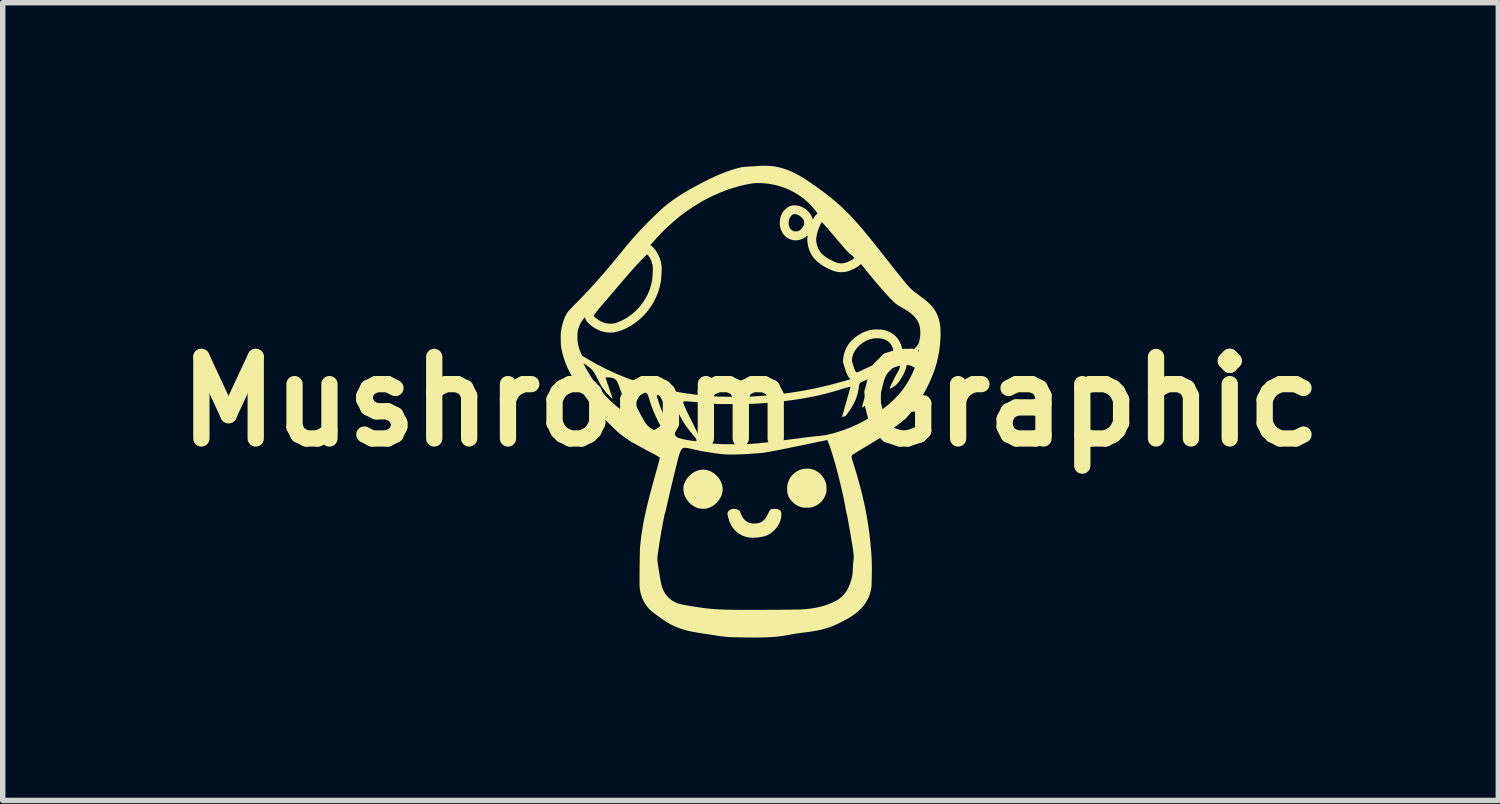
<source format=kicad_pcb>
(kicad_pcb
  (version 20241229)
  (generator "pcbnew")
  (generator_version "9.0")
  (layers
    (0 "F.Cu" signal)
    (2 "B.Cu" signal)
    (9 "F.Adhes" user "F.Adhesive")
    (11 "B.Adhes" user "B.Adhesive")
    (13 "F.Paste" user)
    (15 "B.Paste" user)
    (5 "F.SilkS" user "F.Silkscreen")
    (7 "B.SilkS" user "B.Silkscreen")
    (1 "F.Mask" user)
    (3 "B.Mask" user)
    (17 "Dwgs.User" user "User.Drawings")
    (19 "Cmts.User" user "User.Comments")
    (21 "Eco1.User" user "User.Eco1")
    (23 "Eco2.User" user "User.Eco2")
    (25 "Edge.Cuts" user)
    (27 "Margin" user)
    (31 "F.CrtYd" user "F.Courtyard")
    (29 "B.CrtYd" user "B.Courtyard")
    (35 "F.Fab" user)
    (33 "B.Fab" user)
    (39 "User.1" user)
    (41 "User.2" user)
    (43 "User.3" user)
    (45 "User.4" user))
  (footprint "Mushroom Graphic"
    (layer "F.Cu")
    (at 10.764 4.342)
    (property "Reference" "Mushroom Graphic" (at 0 0 0) (layer "F.SilkS") (effects (font (size 1.5 1.5) (thickness 0.3))))
    (attr board_only exclude_from_pos_files exclude_from_bom)
    (fp_poly (pts (xy -0.822 1.256) (xy -0.77 1.269) (xy -0.72 1.29) (xy -0.682 1.313) (xy -0.662 1.328) (xy -0.64 1.348) (xy -0.617 1.37) (xy -0.596 1.393) (xy -0.58 1.413) (xy -0.577 1.417) (xy -0.548 1.466) (xy -0.528 1.515) (xy -0.516 1.565) (xy -0.512 1.613) (xy -0.517 1.666) (xy -0.53 1.718) (xy -0.552 1.767) (xy -0.582 1.815) (xy -0.62 1.859) (xy -0.63 1.869) (xy -0.659 1.895) (xy -0.686 1.915) (xy -0.715 1.932) (xy -0.738 1.944) (xy -0.782 1.961) (xy -0.826 1.971) (xy -0.871 1.974) (xy -0.906 1.972) (xy -0.956 1.964) (xy -1.004 1.947) (xy -1.05 1.922) (xy -1.093 1.891) (xy -1.132 1.855) (xy -1.166 1.813) (xy -1.194 1.767) (xy -1.216 1.718) (xy -1.226 1.686) (xy -1.231 1.654) (xy -1.234 1.618) (xy -1.234 1.583) (xy -1.231 1.551) (xy -1.228 1.536) (xy -1.212 1.49) (xy -1.188 1.444) (xy -1.158 1.401) (xy -1.124 1.362) (xy -1.121 1.359) (xy -1.075 1.321) (xy -1.027 1.291) (xy -0.977 1.27) (xy -0.925 1.257) (xy -0.874 1.252)) (stroke (width 0) (type solid)) (fill yes) (layer "F.SilkS"))
    (fp_poly (pts (xy 1.081 1.235) (xy 1.117 1.24) (xy 1.151 1.249) (xy 1.186 1.264) (xy 1.192 1.267) (xy 1.241 1.295) (xy 1.285 1.33) (xy 1.323 1.372) (xy 1.354 1.42) (xy 1.379 1.472) (xy 1.39 1.505) (xy 1.395 1.533) (xy 1.399 1.567) (xy 1.4 1.603) (xy 1.399 1.639) (xy 1.395 1.67) (xy 1.392 1.687) (xy 1.372 1.741) (xy 1.345 1.79) (xy 1.312 1.834) (xy 1.272 1.872) (xy 1.226 1.904) (xy 1.206 1.914) (xy 1.184 1.925) (xy 1.162 1.934) (xy 1.142 1.941) (xy 1.133 1.944) (xy 1.112 1.948) (xy 1.084 1.951) (xy 1.054 1.953) (xy 1.022 1.953) (xy 0.993 1.953) (xy 0.968 1.95) (xy 0.955 1.948) (xy 0.9 1.932) (xy 0.851 1.908) (xy 0.805 1.877) (xy 0.773 1.847) (xy 0.746 1.818) (xy 0.726 1.791) (xy 0.709 1.763) (xy 0.695 1.732) (xy 0.689 1.716) (xy 0.684 1.7) (xy 0.68 1.687) (xy 0.678 1.674) (xy 0.676 1.66) (xy 0.675 1.641) (xy 0.675 1.616) (xy 0.675 1.608) (xy 0.675 1.579) (xy 0.676 1.557) (xy 0.678 1.539) (xy 0.681 1.523) (xy 0.685 1.507) (xy 0.686 1.504) (xy 0.706 1.448) (xy 0.733 1.398) (xy 0.767 1.354) (xy 0.807 1.316) (xy 0.854 1.284) (xy 0.874 1.273) (xy 0.917 1.254) (xy 0.957 1.242) (xy 0.999 1.236) (xy 1.04 1.234)) (stroke (width 0) (type solid)) (fill yes) (layer "F.SilkS"))
    (fp_poly (pts (xy 0.467 1.974) (xy 0.5 1.979) (xy 0.526 1.989) (xy 0.546 2.003) (xy 0.557 2.018) (xy 0.564 2.037) (xy 0.568 2.062) (xy 0.568 2.091) (xy 0.566 2.123) (xy 0.56 2.156) (xy 0.56 2.156) (xy 0.543 2.209) (xy 0.519 2.261) (xy 0.488 2.31) (xy 0.45 2.356) (xy 0.408 2.396) (xy 0.363 2.43) (xy 0.314 2.457) (xy 0.293 2.466) (xy 0.251 2.48) (xy 0.203 2.491) (xy 0.151 2.499) (xy 0.098 2.504) (xy 0.046 2.506) (xy -0.001 2.504) (xy -0.018 2.503) (xy -0.056 2.496) (xy -0.096 2.485) (xy -0.134 2.472) (xy -0.162 2.46) (xy -0.214 2.43) (xy -0.26 2.395) (xy -0.3 2.356) (xy -0.335 2.311) (xy -0.364 2.259) (xy -0.389 2.201) (xy -0.409 2.135) (xy -0.412 2.123) (xy -0.419 2.095) (xy -0.423 2.073) (xy -0.423 2.055) (xy -0.42 2.041) (xy -0.414 2.027) (xy -0.41 2.022) (xy -0.394 2.003) (xy -0.371 1.989) (xy -0.346 1.979) (xy -0.317 1.975) (xy -0.289 1.975) (xy -0.261 1.979) (xy -0.235 1.988) (xy -0.213 2.001) (xy -0.196 2.019) (xy -0.188 2.036) (xy -0.172 2.078) (xy -0.152 2.117) (xy -0.129 2.152) (xy -0.105 2.18) (xy -0.101 2.185) (xy -0.067 2.211) (xy -0.031 2.229) (xy 0.009 2.24) (xy 0.055 2.245) (xy 0.067 2.245) (xy 0.113 2.243) (xy 0.153 2.235) (xy 0.189 2.222) (xy 0.221 2.202) (xy 0.251 2.175) (xy 0.254 2.171) (xy 0.267 2.157) (xy 0.278 2.144) (xy 0.288 2.129) (xy 0.298 2.112) (xy 0.31 2.089) (xy 0.321 2.067) (xy 0.336 2.038) (xy 0.348 2.015) (xy 0.358 1.999) (xy 0.369 1.988) (xy 0.38 1.981) (xy 0.393 1.977) (xy 0.409 1.975) (xy 0.427 1.974)) (stroke (width 0) (type solid)) (fill yes) (layer "F.SilkS"))
    (fp_poly (pts (xy 0.359 -4.338) (xy 0.447 -4.328) (xy 0.534 -4.31) (xy 0.621 -4.285) (xy 0.709 -4.253) (xy 0.799 -4.213) (xy 0.89 -4.165) (xy 0.984 -4.109) (xy 1.068 -4.054) (xy 1.171 -3.984) (xy 1.266 -3.916) (xy 1.355 -3.85) (xy 1.44 -3.785) (xy 1.52 -3.72) (xy 1.597 -3.654) (xy 1.672 -3.587) (xy 1.745 -3.517) (xy 1.817 -3.445) (xy 1.89 -3.368) (xy 1.963 -3.287) (xy 2.039 -3.201) (xy 2.117 -3.108) (xy 2.196 -3.011) (xy 2.218 -2.984) (xy 2.244 -2.952) (xy 2.273 -2.915) (xy 2.304 -2.876) (xy 2.337 -2.834) (xy 2.371 -2.792) (xy 2.403 -2.751) (xy 2.421 -2.728) (xy 2.485 -2.647) (xy 2.544 -2.573) (xy 2.597 -2.505) (xy 2.646 -2.443) (xy 2.69 -2.388) (xy 2.73 -2.338) (xy 2.767 -2.293) (xy 2.799 -2.253) (xy 2.828 -2.218) (xy 2.854 -2.186) (xy 2.877 -2.159) (xy 2.897 -2.136) (xy 2.915 -2.116) (xy 2.931 -2.099) (xy 2.945 -2.084) (xy 2.957 -2.072) (xy 2.966 -2.064) (xy 2.983 -2.049) (xy 3.005 -2.031) (xy 3.031 -2.011) (xy 3.059 -1.99) (xy 3.086 -1.969) (xy 3.09 -1.966) (xy 3.13 -1.936) (xy 3.164 -1.911) (xy 3.192 -1.889) (xy 3.215 -1.871) (xy 3.234 -1.856) (xy 3.251 -1.842) (xy 3.265 -1.83) (xy 3.278 -1.818) (xy 3.291 -1.805) (xy 3.297 -1.8) (xy 3.343 -1.749) (xy 3.383 -1.697) (xy 3.417 -1.642) (xy 3.444 -1.584) (xy 3.466 -1.521) (xy 3.482 -1.455) (xy 3.493 -1.382) (xy 3.498 -1.304) (xy 3.498 -1.219) (xy 3.496 -1.166) (xy 3.488 -1.048) (xy 3.474 -0.935) (xy 3.454 -0.826) (xy 3.429 -0.718) (xy 3.397 -0.61) (xy 3.385 -0.574) (xy 3.341 -0.459) (xy 3.29 -0.342) (xy 3.232 -0.225) (xy 3.166 -0.109) (xy 3.096 0.004) (xy 3.02 0.113) (xy 2.94 0.218) (xy 2.916 0.246) (xy 2.894 0.271) (xy 2.874 0.293) (xy 2.854 0.313) (xy 2.832 0.333) (xy 2.807 0.354) (xy 2.778 0.377) (xy 2.745 0.402) (xy 2.721 0.419) (xy 2.693 0.441) (xy 2.662 0.465) (xy 2.632 0.489) (xy 2.604 0.511) (xy 2.603 0.512) (xy 2.58 0.531) (xy 2.559 0.548) (xy 2.538 0.563) (xy 2.519 0.578) (xy 2.499 0.593) (xy 2.478 0.608) (xy 2.456 0.623) (xy 2.432 0.639) (xy 2.406 0.656) (xy 2.376 0.675) (xy 2.341 0.696) (xy 2.303 0.72) (xy 2.259 0.747) (xy 2.209 0.777) (xy 2.152 0.811) (xy 2.096 0.845) (xy 2.056 0.869) (xy 2.018 0.892) (xy 1.983 0.913) (xy 1.952 0.933) (xy 1.925 0.949) (xy 1.903 0.963) (xy 1.888 0.973) (xy 1.878 0.98) (xy 1.877 0.981) (xy 1.87 0.987) (xy 1.865 0.994) (xy 1.862 1.003) (xy 1.862 1.013) (xy 1.863 1.028) (xy 1.867 1.046) (xy 1.873 1.07) (xy 1.882 1.099) (xy 1.893 1.137) (xy 1.898 1.153) (xy 1.952 1.327) (xy 1.999 1.495) (xy 2.042 1.657) (xy 2.08 1.815) (xy 2.114 1.97) (xy 2.142 2.122) (xy 2.167 2.273) (xy 2.188 2.423) (xy 2.202 2.549) (xy 2.21 2.629) (xy 2.216 2.702) (xy 2.222 2.768) (xy 2.226 2.83) (xy 2.23 2.889) (xy 2.232 2.946) (xy 2.233 3.004) (xy 2.234 3.062) (xy 2.234 3.124) (xy 2.233 3.19) (xy 2.232 3.228) (xy 2.231 3.275) (xy 2.23 3.315) (xy 2.229 3.347) (xy 2.228 3.373) (xy 2.227 3.395) (xy 2.225 3.412) (xy 2.224 3.428) (xy 2.222 3.441) (xy 2.219 3.454) (xy 2.217 3.468) (xy 2.216 3.468) (xy 2.205 3.517) (xy 2.191 3.561) (xy 2.174 3.604) (xy 2.156 3.641) (xy 2.125 3.696) (xy 2.088 3.749) (xy 2.046 3.799) (xy 1.997 3.847) (xy 1.942 3.893) (xy 1.879 3.939) (xy 1.808 3.984) (xy 1.73 4.028) (xy 1.666 4.061) (xy 1.603 4.092) (xy 1.543 4.119) (xy 1.484 4.142) (xy 1.426 4.163) (xy 1.366 4.181) (xy 1.303 4.198) (xy 1.237 4.212) (xy 1.166 4.225) (xy 1.088 4.237) (xy 1.008 4.248) (xy 0.963 4.253) (xy 0.926 4.258) (xy 0.895 4.262) (xy 0.868 4.266) (xy 0.845 4.269) (xy 0.824 4.272) (xy 0.804 4.276) (xy 0.783 4.279) (xy 0.76 4.284) (xy 0.733 4.289) (xy 0.723 4.291) (xy 0.672 4.3) (xy 0.622 4.309) (xy 0.572 4.316) (xy 0.521 4.322) (xy 0.469 4.328) (xy 0.414 4.332) (xy 0.357 4.336) (xy 0.296 4.339) (xy 0.232 4.341) (xy 0.162 4.342) (xy 0.086 4.343) (xy 0.005 4.342) (xy -0.084 4.341) (xy -0.181 4.34) (xy -0.276 4.338) (xy -0.316 4.337) (xy -0.351 4.336) (xy -0.382 4.335) (xy -0.411 4.333) (xy -0.439 4.331) (xy -0.468 4.328) (xy -0.498 4.325) (xy -0.532 4.32) (xy -0.572 4.315) (xy -0.617 4.308) (xy -0.654 4.302) (xy -0.694 4.296) (xy -0.739 4.289) (xy -0.786 4.282) (xy -0.832 4.276) (xy -0.872 4.27) (xy -0.881 4.268) (xy -0.968 4.254) (xy -1.047 4.24) (xy -1.119 4.226) (xy -1.185 4.21) (xy -1.246 4.192) (xy -1.303 4.173) (xy -1.358 4.153) (xy -1.411 4.129) (xy -1.457 4.107) (xy -1.488 4.09) (xy -1.524 4.069) (xy -1.564 4.044) (xy -1.606 4.016) (xy -1.649 3.987) (xy -1.691 3.957) (xy -1.732 3.927) (xy -1.771 3.898) (xy -1.805 3.871) (xy -1.834 3.847) (xy -1.856 3.827) (xy -1.905 3.771) (xy -1.947 3.71) (xy -1.982 3.644) (xy -2.009 3.573) (xy -2.029 3.499) (xy -2.04 3.421) (xy -2.04 3.421) (xy -2.041 3.408) (xy -2.042 3.386) (xy -2.042 3.358) (xy -2.042 3.323) (xy -2.042 3.283) (xy -2.042 3.238) (xy -2.042 3.19) (xy -2.042 3.139) (xy -2.041 3.087) (xy -2.041 3.034) (xy -2.04 2.981) (xy -2.039 2.929) (xy -2.039 2.897) (xy -1.713 2.897) (xy -1.712 2.928) (xy -1.709 2.961) (xy -1.704 2.998) (xy -1.699 3.031) (xy -1.695 3.055) (xy -1.69 3.086) (xy -1.684 3.12) (xy -1.678 3.157) (xy -1.673 3.192) (xy -1.672 3.199) (xy -1.664 3.246) (xy -1.657 3.285) (xy -1.651 3.319) (xy -1.645 3.347) (xy -1.639 3.372) (xy -1.633 3.394) (xy -1.627 3.415) (xy -1.626 3.416) (xy -1.602 3.476) (xy -1.573 3.53) (xy -1.536 3.579) (xy -1.518 3.599) (xy -1.479 3.635) (xy -1.439 3.665) (xy -1.398 3.688) (xy -1.38 3.697) (xy -1.362 3.705) (xy -1.344 3.712) (xy -1.324 3.718) (xy -1.302 3.724) (xy -1.276 3.731) (xy -1.246 3.737) (xy -1.211 3.744) (xy -1.169 3.751) (xy -1.12 3.76) (xy -1.078 3.767) (xy -0.998 3.78) (xy -0.924 3.791) (xy -0.855 3.801) (xy -0.789 3.808) (xy -0.725 3.815) (xy -0.66 3.82) (xy -0.592 3.824) (xy -0.519 3.827) (xy -0.441 3.83) (xy -0.406 3.831) (xy -0.376 3.831) (xy -0.338 3.832) (xy -0.293 3.832) (xy -0.243 3.833) (xy -0.187 3.833) (xy -0.126 3.833) (xy -0.061 3.833) (xy 0.007 3.833) (xy 0.078 3.833) (xy 0.15 3.833) (xy 0.223 3.833) (xy 0.296 3.833) (xy 0.369 3.832) (xy 0.44 3.832) (xy 0.509 3.832) (xy 0.575 3.831) (xy 0.638 3.831) (xy 0.696 3.83) (xy 0.749 3.829) (xy 0.797 3.829) (xy 0.837 3.828) (xy 0.87 3.827) (xy 0.895 3.827) (xy 0.899 3.827) (xy 0.998 3.821) (xy 1.09 3.812) (xy 1.176 3.799) (xy 1.257 3.783) (xy 1.334 3.763) (xy 1.409 3.739) (xy 1.482 3.71) (xy 1.515 3.695) (xy 1.58 3.663) (xy 1.636 3.627) (xy 1.685 3.587) (xy 1.727 3.543) (xy 1.764 3.492) (xy 1.796 3.436) (xy 1.824 3.372) (xy 1.826 3.366) (xy 1.842 3.322) (xy 1.854 3.283) (xy 1.864 3.247) (xy 1.872 3.212) (xy 1.877 3.175) (xy 1.881 3.135) (xy 1.883 3.09) (xy 1.885 3.054) (xy 1.886 3.024) (xy 1.888 2.992) (xy 1.891 2.962) (xy 1.893 2.936) (xy 1.894 2.934) (xy 1.896 2.918) (xy 1.898 2.903) (xy 1.899 2.889) (xy 1.9 2.875) (xy 1.9 2.859) (xy 1.9 2.843) (xy 1.899 2.825) (xy 1.897 2.804) (xy 1.895 2.781) (xy 1.891 2.753) (xy 1.887 2.722) (xy 1.881 2.687) (xy 1.875 2.646) (xy 1.867 2.599) (xy 1.858 2.547) (xy 1.848 2.487) (xy 1.837 2.42) (xy 1.824 2.345) (xy 1.812 2.279) (xy 1.805 2.238) (xy 1.798 2.198) (xy 1.791 2.162) (xy 1.785 2.131) (xy 1.78 2.105) (xy 1.776 2.085) (xy 1.773 2.072) (xy 1.772 2.068) (xy 1.768 2.057) (xy 1.764 2.039) (xy 1.76 2.019) (xy 1.758 2.009) (xy 1.738 1.899) (xy 1.715 1.783) (xy 1.689 1.661) (xy 1.66 1.537) (xy 1.629 1.411) (xy 1.597 1.286) (xy 1.564 1.163) (xy 1.53 1.045) (xy 1.495 0.932) (xy 1.489 0.911) (xy 1.477 0.874) (xy 1.465 0.838) (xy 1.453 0.805) (xy 1.441 0.775) (xy 1.431 0.749) (xy 1.423 0.729) (xy 1.416 0.715) (xy 1.411 0.708) (xy 1.409 0.707) (xy 1.403 0.709) (xy 1.389 0.712) (xy 1.367 0.716) (xy 1.339 0.723) (xy 1.305 0.73) (xy 1.265 0.738) (xy 1.221 0.747) (xy 1.174 0.757) (xy 1.123 0.768) (xy 1.071 0.779) (xy 1.017 0.79) (xy 0.962 0.801) (xy 0.907 0.812) (xy 0.853 0.823) (xy 0.8 0.834) (xy 0.75 0.844) (xy 0.703 0.854) (xy 0.659 0.863) (xy 0.657 0.863) (xy 0.586 0.878) (xy 0.523 0.89) (xy 0.468 0.901) (xy 0.419 0.91) (xy 0.376 0.919) (xy 0.337 0.926) (xy 0.303 0.931) (xy 0.273 0.936) (xy 0.245 0.94) (xy 0.218 0.944) (xy 0.193 0.947) (xy 0.168 0.949) (xy 0.143 0.951) (xy 0.116 0.953) (xy 0.104 0.954) (xy 0.078 0.955) (xy 0.045 0.957) (xy 0.008 0.96) (xy -0.031 0.963) (xy -0.068 0.965) (xy -0.079 0.966) (xy -0.124 0.969) (xy -0.176 0.971) (xy -0.231 0.972) (xy -0.286 0.974) (xy -0.331 0.974) (xy -0.374 0.974) (xy -0.41 0.974) (xy -0.44 0.973) (xy -0.466 0.972) (xy -0.49 0.97) (xy -0.514 0.968) (xy -0.538 0.966) (xy -0.555 0.964) (xy -0.639 0.953) (xy -0.715 0.942) (xy -0.786 0.931) (xy -0.853 0.92) (xy -0.917 0.908) (xy -0.981 0.894) (xy -1.046 0.88) (xy -1.06 0.876) (xy -1.104 0.866) (xy -1.141 0.859) (xy -1.17 0.853) (xy -1.194 0.85) (xy -1.213 0.85) (xy -1.229 0.852) (xy -1.241 0.856) (xy -1.252 0.862) (xy -1.258 0.867) (xy -1.27 0.881) (xy -1.283 0.903) (xy -1.296 0.933) (xy -1.31 0.969) (xy -1.316 0.988) (xy -1.32 1.003) (xy -1.326 1.026) (xy -1.334 1.056) (xy -1.343 1.093) (xy -1.354 1.135) (xy -1.366 1.183) (xy -1.379 1.235) (xy -1.392 1.29) (xy -1.406 1.348) (xy -1.421 1.408) (xy -1.435 1.469) (xy -1.45 1.53) (xy -1.464 1.591) (xy -1.479 1.651) (xy -1.492 1.709) (xy -1.505 1.765) (xy -1.517 1.817) (xy -1.528 1.864) (xy -1.538 1.907) (xy -1.546 1.944) (xy -1.55 1.96) (xy -1.555 1.986) (xy -1.561 2.009) (xy -1.566 2.029) (xy -1.57 2.043) (xy -1.572 2.048) (xy -1.576 2.059) (xy -1.581 2.078) (xy -1.587 2.105) (xy -1.594 2.138) (xy -1.601 2.177) (xy -1.61 2.221) (xy -1.619 2.269) (xy -1.628 2.321) (xy -1.638 2.375) (xy -1.647 2.431) (xy -1.657 2.488) (xy -1.667 2.546) (xy -1.676 2.603) (xy -1.684 2.658) (xy -1.693 2.712) (xy -1.7 2.763) (xy -1.704 2.791) (xy -1.709 2.831) (xy -1.712 2.866) (xy -1.713 2.897) (xy -2.039 2.897) (xy -2.039 2.88) (xy -2.038 2.833) (xy -2.037 2.79) (xy -2.036 2.752) (xy -2.035 2.72) (xy -2.034 2.695) (xy -2.033 2.677) (xy -2.032 2.673) (xy -2.021 2.569) (xy -2.009 2.467) (xy -1.994 2.367) (xy -1.977 2.267) (xy -1.958 2.166) (xy -1.936 2.061) (xy -1.911 1.951) (xy -1.883 1.834) (xy -1.882 1.831) (xy -1.875 1.802) (xy -1.868 1.774) (xy -1.861 1.747) (xy -1.854 1.72) (xy -1.846 1.691) (xy -1.838 1.66) (xy -1.829 1.626) (xy -1.818 1.588) (xy -1.807 1.546) (xy -1.794 1.498) (xy -1.779 1.444) (xy -1.762 1.383) (xy -1.745 1.321) (xy -1.732 1.275) (xy -1.72 1.232) (xy -1.709 1.192) (xy -1.699 1.155) (xy -1.69 1.123) (xy -1.683 1.096) (xy -1.678 1.076) (xy -1.675 1.063) (xy -1.674 1.061) (xy -1.669 1.034) (xy -1.686 1.019) (xy -1.695 1.013) (xy -1.71 1.004) (xy -1.731 0.991) (xy -1.757 0.977) (xy -1.785 0.962) (xy -1.81 0.949) (xy -1.89 0.907) (xy -1.962 0.868) (xy -2.028 0.833) (xy -2.087 0.8) (xy -2.14 0.77) (xy -2.189 0.742) (xy -2.232 0.715) (xy -2.272 0.689) (xy -2.309 0.664) (xy -2.344 0.639) (xy -2.376 0.615) (xy -2.407 0.59) (xy -2.435 0.566) (xy -2.452 0.552) (xy -2.473 0.531) (xy -2.5 0.506) (xy -2.53 0.477) (xy -2.562 0.445) (xy -2.597 0.411) (xy -2.633 0.375) (xy -2.669 0.339) (xy -2.705 0.303) (xy -2.739 0.269) (xy -2.771 0.236) (xy -2.8 0.206) (xy -2.825 0.18) (xy -2.845 0.158) (xy -2.86 0.142) (xy -2.861 0.14) (xy -2.884 0.113) (xy -2.912 0.078) (xy -2.942 0.039) (xy -2.975 -0.005) (xy -3.01 -0.051) (xy -3.045 -0.098) (xy -3.08 -0.147) (xy -3.113 -0.194) (xy -3.145 -0.239) (xy -3.174 -0.281) (xy -3.181 -0.292) (xy -3.251 -0.401) (xy -3.311 -0.507) (xy -3.363 -0.611) (xy -3.401 -0.7) (xy -3.072 -0.7) (xy -3.071 -0.696) (xy -3.067 -0.685) (xy -3.058 -0.668) (xy -3.046 -0.645) (xy -3.031 -0.617) (xy -3.013 -0.585) (xy -2.999 -0.561) (xy -2.923 -0.436) (xy -2.843 -0.318) (xy -2.758 -0.209) (xy -2.669 -0.107) (xy -2.575 -0.012) (xy -2.476 0.077) (xy -2.382 0.151) (xy -2.363 0.165) (xy -2.341 0.18) (xy -2.318 0.196) (xy -2.295 0.212) (xy -2.273 0.226) (xy -2.254 0.238) (xy -2.238 0.247) (xy -2.228 0.253) (xy -2.224 0.255) (xy -2.225 0.25) (xy -2.229 0.238) (xy -2.235 0.22) (xy -2.244 0.197) (xy -2.254 0.17) (xy -2.265 0.139) (xy -2.266 0.138) (xy -2.295 0.06) (xy -2.321 -0.01) (xy -2.344 -0.073) (xy -2.365 -0.129) (xy -2.382 -0.179) (xy -2.398 -0.224) (xy -2.404 -0.242) (xy -2.418 -0.282) (xy -2.422 -0.293) (xy -2.238 -0.293) (xy -2.237 -0.282) (xy -2.236 -0.268) (xy -2.233 -0.251) (xy -2.226 -0.226) (xy -2.217 -0.196) (xy -2.206 -0.162) (xy -2.193 -0.126) (xy -2.179 -0.089) (xy -2.165 -0.052) (xy -2.161 -0.043) (xy -2.147 -0.011) (xy -2.13 0.026) (xy -2.11 0.067) (xy -2.088 0.11) (xy -2.066 0.155) (xy -2.042 0.2) (xy -2.019 0.244) (xy -1.996 0.286) (xy -1.974 0.324) (xy -1.955 0.357) (xy -1.938 0.385) (xy -1.926 0.403) (xy -1.894 0.441) (xy -1.855 0.476) (xy -1.81 0.507) (xy -1.761 0.534) (xy -1.747 0.539) (xy -1.728 0.547) (xy -1.706 0.556) (xy -1.682 0.565) (xy -1.657 0.573) (xy -1.634 0.582) (xy -1.614 0.588) (xy -1.598 0.593) (xy -1.59 0.595) (xy -1.589 0.596) (xy -1.585 0.593) (xy -1.585 0.586) (xy -1.586 0.579) (xy -1.589 0.569) (xy -1.596 0.554) (xy -1.606 0.534) (xy -1.619 0.511) (xy -1.627 0.496) (xy -1.695 0.374) (xy -1.754 0.251) (xy -1.805 0.129) (xy -1.847 0.009) (xy -1.865 -0.05) (xy -1.875 -0.085) (xy -1.885 -0.112) (xy -1.888 -0.118) (xy -1.728 -0.118) (xy -1.727 -0.113) (xy -1.724 -0.101) (xy -1.719 -0.083) (xy -1.713 -0.06) (xy -1.705 -0.035) (xy -1.697 -0.008) (xy -1.688 0.019) (xy -1.679 0.045) (xy -1.674 0.061) (xy -1.639 0.151) (xy -1.599 0.244) (xy -1.553 0.338) (xy -1.503 0.431) (xy -1.45 0.522) (xy -1.409 0.587) (xy -1.386 0.619) (xy -1.366 0.642) (xy -1.348 0.658) (xy -1.335 0.664) (xy -1.306 0.674) (xy -1.27 0.684) (xy -1.229 0.694) (xy -1.185 0.703) (xy -1.141 0.711) (xy -1.098 0.718) (xy -1.058 0.723) (xy -1.024 0.726) (xy -1.014 0.727) (xy -1.002 0.727) (xy -0.996 0.724) (xy -0.995 0.718) (xy -0.995 0.713) (xy -0.995 0.704) (xy -0.999 0.693) (xy -1.005 0.682) (xy -1.015 0.667) (xy -1.029 0.649) (xy -1.049 0.625) (xy -1.056 0.617) (xy -1.132 0.524) (xy -1.2 0.429) (xy -1.261 0.332) (xy -1.313 0.235) (xy -1.357 0.137) (xy -1.392 0.04) (xy -1.393 0.035) (xy -1.403 0.007) (xy -1.241 0.007) (xy -1.241 0.014) (xy -1.237 0.028) (xy -1.229 0.049) (xy -1.218 0.076) (xy -1.203 0.109) (xy -1.186 0.148) (xy -1.166 0.19) (xy -1.143 0.237) (xy -1.119 0.287) (xy -1.108 0.308) (xy -1.087 0.35) (xy -1.066 0.392) (xy -1.045 0.434) (xy -1.026 0.474) (xy -1.008 0.51) (xy -0.992 0.541) (xy -0.98 0.567) (xy -0.975 0.576) (xy -0.962 0.605) (xy -0.951 0.627) (xy -0.942 0.644) (xy -0.933 0.657) (xy -0.925 0.668) (xy -0.916 0.679) (xy -0.905 0.691) (xy -0.903 0.692) (xy -0.886 0.708) (xy -0.869 0.722) (xy -0.852 0.734) (xy -0.833 0.744) (xy -0.812 0.752) (xy -0.787 0.759) (xy -0.758 0.765) (xy -0.724 0.769) (xy -0.684 0.773) (xy -0.637 0.777) (xy -0.582 0.78) (xy -0.564 0.781) (xy -0.541 0.782) (xy -0.511 0.783) (xy -0.474 0.784) (xy -0.432 0.784) (xy -0.387 0.784) (xy -0.338 0.784) (xy -0.288 0.784) (xy -0.237 0.783) (xy -0.188 0.783) (xy -0.14 0.782) (xy -0.096 0.781) (xy -0.056 0.781) (xy -0.021 0.78) (xy 0.006 0.778) (xy 0.023 0.777) (xy 0.062 0.774) (xy 0.103 0.771) (xy 0.145 0.767) (xy 0.189 0.762) (xy 0.236 0.757) (xy 0.286 0.752) (xy 0.341 0.745) (xy 0.4 0.738) (xy 0.465 0.73) (xy 0.536 0.721) (xy 0.614 0.711) (xy 0.699 0.7) (xy 0.793 0.688) (xy 0.801 0.687) (xy 0.855 0.68) (xy 0.909 0.673) (xy 0.962 0.666) (xy 1.014 0.659) (xy 1.063 0.654) (xy 1.108 0.648) (xy 1.147 0.644) (xy 1.179 0.64) (xy 1.194 0.639) (xy 1.246 0.634) (xy 1.291 0.629) (xy 1.33 0.624) (xy 1.365 0.619) (xy 1.397 0.614) (xy 1.429 0.607) (xy 1.461 0.6) (xy 1.495 0.591) (xy 1.533 0.581) (xy 1.547 0.577) (xy 1.691 0.532) (xy 1.834 0.478) (xy 1.974 0.415) (xy 2.112 0.344) (xy 2.248 0.263) (xy 2.382 0.174) (xy 2.447 0.127) (xy 2.546 0.048) (xy 2.637 -0.035) (xy 2.721 -0.121) (xy 2.796 -0.212) (xy 2.864 -0.308) (xy 2.924 -0.408) (xy 2.978 -0.514) (xy 3.024 -0.624) (xy 3.047 -0.69) (xy 3.063 -0.74) (xy 3.076 -0.786) (xy 3.087 -0.829) (xy 3.095 -0.865) (xy 3.1 -0.896) (xy 3.101 -0.916) (xy 3.101 -0.932) (xy 3.1 -0.944) (xy 3.099 -0.949) (xy 3.099 -0.949) (xy 3.095 -0.946) (xy 3.085 -0.939) (xy 3.072 -0.928) (xy 3.06 -0.918) (xy 3.04 -0.9) (xy 3.016 -0.882) (xy 2.993 -0.866) (xy 2.986 -0.861) (xy 2.95 -0.834) (xy 2.922 -0.806) (xy 2.902 -0.776) (xy 2.888 -0.742) (xy 2.879 -0.703) (xy 2.879 -0.7) (xy 2.87 -0.65) (xy 2.859 -0.603) (xy 2.842 -0.558) (xy 2.821 -0.511) (xy 2.794 -0.462) (xy 2.769 -0.42) (xy 2.746 -0.385) (xy 2.725 -0.355) (xy 2.703 -0.33) (xy 2.681 -0.308) (xy 2.667 -0.295) (xy 2.653 -0.285) (xy 2.636 -0.274) (xy 2.618 -0.263) (xy 2.6 -0.253) (xy 2.584 -0.245) (xy 2.572 -0.24) (xy 2.565 -0.239) (xy 2.564 -0.239) (xy 2.564 -0.245) (xy 2.567 -0.256) (xy 2.572 -0.271) (xy 2.574 -0.275) (xy 2.581 -0.293) (xy 2.592 -0.317) (xy 2.606 -0.345) (xy 2.622 -0.377) (xy 2.638 -0.41) (xy 2.655 -0.444) (xy 2.672 -0.475) (xy 2.687 -0.503) (xy 2.7 -0.526) (xy 2.704 -0.533) (xy 2.723 -0.566) (xy 2.736 -0.596) (xy 2.745 -0.624) (xy 2.75 -0.651) (xy 2.751 -0.666) (xy 2.754 -0.701) (xy 2.642 -0.644) (xy 2.599 -0.622) (xy 2.562 -0.603) (xy 2.533 -0.587) (xy 2.509 -0.574) (xy 2.49 -0.563) (xy 2.476 -0.554) (xy 2.465 -0.547) (xy 2.457 -0.54) (xy 2.452 -0.533) (xy 2.447 -0.527) (xy 2.447 -0.526) (xy 2.441 -0.515) (xy 2.434 -0.497) (xy 2.427 -0.475) (xy 2.42 -0.451) (xy 2.419 -0.448) (xy 2.397 -0.378) (xy 2.372 -0.312) (xy 2.342 -0.248) (xy 2.307 -0.185) (xy 2.267 -0.121) (xy 2.22 -0.056) (xy 2.166 0.013) (xy 2.164 0.015) (xy 2.148 0.033) (xy 2.13 0.052) (xy 2.111 0.07) (xy 2.093 0.086) (xy 2.077 0.099) (xy 2.064 0.108) (xy 2.055 0.111) (xy 2.055 0.111) (xy 2.054 0.107) (xy 2.055 0.096) (xy 2.058 0.079) (xy 2.063 0.057) (xy 2.069 0.033) (xy 2.077 0.007) (xy 2.084 -0.019) (xy 2.087 -0.025) (xy 2.102 -0.068) (xy 2.121 -0.116) (xy 2.144 -0.168) (xy 2.169 -0.223) (xy 2.195 -0.278) (xy 2.202 -0.292) (xy 2.214 -0.316) (xy 2.227 -0.343) (xy 2.239 -0.369) (xy 2.25 -0.395) (xy 2.26 -0.419) (xy 2.268 -0.438) (xy 2.273 -0.453) (xy 2.275 -0.462) (xy 2.275 -0.463) (xy 2.27 -0.462) (xy 2.259 -0.457) (xy 2.242 -0.45) (xy 2.221 -0.44) (xy 2.196 -0.428) (xy 2.19 -0.426) (xy 2.162 -0.413) (xy 2.135 -0.4) (xy 2.109 -0.389) (xy 2.088 -0.379) (xy 2.073 -0.373) (xy 2.073 -0.373) (xy 2.055 -0.365) (xy 2.039 -0.357) (xy 2.027 -0.351) (xy 2.026 -0.35) (xy 2.012 -0.335) (xy 2.002 -0.312) (xy 1.995 -0.282) (xy 1.994 -0.267) (xy 1.982 -0.189) (xy 1.962 -0.11) (xy 1.933 -0.031) (xy 1.895 0.048) (xy 1.847 0.128) (xy 1.837 0.145) (xy 1.813 0.18) (xy 1.794 0.207) (xy 1.779 0.229) (xy 1.767 0.245) (xy 1.758 0.256) (xy 1.75 0.264) (xy 1.744 0.268) (xy 1.742 0.269) (xy 1.731 0.273) (xy 1.717 0.276) (xy 1.703 0.28) (xy 1.692 0.282) (xy 1.686 0.282) (xy 1.685 0.282) (xy 1.686 0.278) (xy 1.69 0.265) (xy 1.695 0.246) (xy 1.702 0.219) (xy 1.711 0.188) (xy 1.722 0.151) (xy 1.733 0.109) (xy 1.746 0.065) (xy 1.76 0.017) (xy 1.763 0.005) (xy 1.777 -0.043) (xy 1.79 -0.089) (xy 1.802 -0.131) (xy 1.813 -0.169) (xy 1.822 -0.202) (xy 1.829 -0.23) (xy 1.835 -0.251) (xy 1.839 -0.266) (xy 1.84 -0.272) (xy 1.84 -0.273) (xy 1.835 -0.273) (xy 1.822 -0.27) (xy 1.802 -0.266) (xy 1.777 -0.259) (xy 1.748 -0.251) (xy 1.716 -0.242) (xy 1.681 -0.231) (xy 1.645 -0.22) (xy 1.621 -0.213) (xy 1.497 -0.176) (xy 1.365 -0.141) (xy 1.227 -0.108) (xy 1.082 -0.079) (xy 0.933 -0.052) (xy 0.779 -0.029) (xy 0.623 -0.009) (xy 0.546 -0.000242) (xy 0.466 0.008) (xy 0.394 0.015) (xy 0.328 0.022) (xy 0.267 0.027) (xy 0.21 0.031) (xy 0.155 0.035) (xy 0.101 0.038) (xy 0.047 0.04) (xy -0.009 0.042) (xy -0.068 0.043) (xy -0.132 0.044) (xy -0.2 0.045) (xy -0.276 0.045) (xy -0.299 0.045) (xy -0.612 0.045) (xy -0.818 0.026) (xy -0.885 0.02) (xy -0.944 0.015) (xy -0.995 0.01) (xy -1.039 0.006) (xy -1.077 0.003) (xy -1.108 0.000264) (xy -1.134 -0.002) (xy -1.155 -0.003) (xy -1.172 -0.004) (xy -1.185 -0.005) (xy -1.196 -0.005) (xy -1.204 -0.005) (xy -1.21 -0.004) (xy -1.215 -0.003) (xy -1.22 -0.002) (xy -1.22 -0.002) (xy -1.232 0.002) (xy -1.24 0.006) (xy -1.241 0.007) (xy -1.403 0.007) (xy -1.405 0.002) (xy -1.418 -0.024) (xy -1.431 -0.041) (xy -1.446 -0.05) (xy -1.448 -0.051) (xy -1.465 -0.056) (xy -1.488 -0.062) (xy -1.514 -0.069) (xy -1.543 -0.077) (xy -1.574 -0.084) (xy -1.605 -0.092) (xy -1.636 -0.099) (xy -1.663 -0.105) (xy -1.688 -0.111) (xy -1.708 -0.115) (xy -1.721 -0.117) (xy -1.727 -0.118) (xy -1.728 -0.118) (xy -1.888 -0.118) (xy -1.896 -0.134) (xy -1.908 -0.151) (xy -1.923 -0.165) (xy -1.941 -0.178) (xy -1.965 -0.19) (xy -1.973 -0.194) (xy -1.985 -0.199) (xy -2.003 -0.207) (xy -2.025 -0.216) (xy -2.051 -0.226) (xy -2.08 -0.237) (xy -2.109 -0.249) (xy -2.138 -0.26) (xy -2.166 -0.271) (xy -2.191 -0.28) (xy -2.211 -0.288) (xy -2.227 -0.294) (xy -2.236 -0.296) (xy -2.237 -0.297) (xy -2.238 -0.293) (xy -2.422 -0.293) (xy -2.43 -0.314) (xy -2.441 -0.339) (xy -2.45 -0.36) (xy -2.46 -0.377) (xy -2.47 -0.391) (xy -2.476 -0.397) (xy -2.497 -0.416) (xy -2.523 -0.43) (xy -2.556 -0.439) (xy -2.596 -0.445) (xy -2.636 -0.446) (xy -2.67 -0.446) (xy -2.603 -0.247) (xy -2.535 -0.047) (xy -2.56 -0.069) (xy -2.578 -0.085) (xy -2.599 -0.106) (xy -2.622 -0.131) (xy -2.646 -0.157) (xy -2.669 -0.184) (xy -2.689 -0.209) (xy -2.699 -0.221) (xy -2.717 -0.246) (xy -2.734 -0.271) (xy -2.751 -0.297) (xy -2.768 -0.327) (xy -2.786 -0.361) (xy -2.807 -0.402) (xy -2.82 -0.428) (xy -2.84 -0.468) (xy -2.858 -0.501) (xy -2.874 -0.528) (xy -2.889 -0.551) (xy -2.905 -0.572) (xy -2.922 -0.591) (xy -2.942 -0.61) (xy -2.947 -0.615) (xy -2.959 -0.625) (xy -2.976 -0.638) (xy -2.994 -0.651) (xy -3.014 -0.665) (xy -3.033 -0.678) (xy -3.05 -0.689) (xy -3.063 -0.696) (xy -3.071 -0.7) (xy -3.072 -0.7) (xy -3.401 -0.7) (xy -3.406 -0.714) (xy -3.441 -0.814) (xy -3.468 -0.914) (xy -3.485 -1) (xy -3.488 -1.025) (xy -3.49 -1.058) (xy -3.492 -1.095) (xy -3.493 -1.134) (xy -3.493 -1.175) (xy -3.493 -1.194) (xy -3.185 -1.194) (xy -3.185 -1.161) (xy -3.184 -1.134) (xy -3.183 -1.113) (xy -3.181 -1.095) (xy -3.178 -1.077) (xy -3.175 -1.059) (xy -3.159 -0.995) (xy -3.139 -0.936) (xy -3.117 -0.884) (xy -3.098 -0.843) (xy -3.006 -0.788) (xy -2.829 -0.687) (xy -2.647 -0.594) (xy -2.462 -0.509) (xy -2.273 -0.432) (xy -2.079 -0.363) (xy -1.88 -0.301) (xy -1.678 -0.247) (xy -1.47 -0.201) (xy -1.258 -0.163) (xy -1.042 -0.132) (xy -0.821 -0.109) (xy -0.596 -0.093) (xy -0.569 -0.092) (xy -0.534 -0.091) (xy -0.493 -0.091) (xy -0.446 -0.09) (xy -0.396 -0.09) (xy -0.343 -0.089) (xy -0.289 -0.089) (xy -0.235 -0.089) (xy -0.182 -0.089) (xy -0.132 -0.09) (xy -0.086 -0.09) (xy -0.045 -0.091) (xy -0.01 -0.092) (xy 0.014 -0.093) (xy 0.263 -0.109) (xy 0.508 -0.133) (xy 0.75 -0.165) (xy 0.99 -0.204) (xy 1.229 -0.252) (xy 1.468 -0.308) (xy 1.656 -0.359) (xy 1.693 -0.369) (xy 1.728 -0.379) (xy 1.76 -0.388) (xy 1.787 -0.396) (xy 1.81 -0.403) (xy 1.826 -0.409) (xy 1.835 -0.412) (xy 1.837 -0.413) (xy 1.835 -0.417) (xy 1.828 -0.425) (xy 1.819 -0.436) (xy 1.806 -0.453) (xy 1.793 -0.473) (xy 1.78 -0.497) (xy 1.768 -0.525) (xy 1.755 -0.56) (xy 1.741 -0.601) (xy 1.726 -0.649) (xy 1.722 -0.662) (xy 1.701 -0.731) (xy 1.704 -0.765) (xy 1.867 -0.765) (xy 1.868 -0.754) (xy 1.87 -0.742) (xy 1.873 -0.727) (xy 1.879 -0.707) (xy 1.887 -0.68) (xy 1.887 -0.68) (xy 1.9 -0.638) (xy 1.911 -0.605) (xy 1.922 -0.579) (xy 1.931 -0.56) (xy 1.939 -0.547) (xy 1.948 -0.539) (xy 1.956 -0.537) (xy 1.957 -0.537) (xy 1.964 -0.539) (xy 1.977 -0.544) (xy 1.996 -0.552) (xy 2.019 -0.561) (xy 2.039 -0.57) (xy 2.062 -0.582) (xy 2.092 -0.596) (xy 2.127 -0.612) (xy 2.163 -0.629) (xy 2.201 -0.647) (xy 2.236 -0.664) (xy 2.27 -0.68) (xy 2.303 -0.696) (xy 2.335 -0.711) (xy 2.363 -0.725) (xy 2.387 -0.736) (xy 2.404 -0.744) (xy 2.406 -0.745) (xy 2.455 -0.769) (xy 2.496 -0.788) (xy 2.531 -0.805) (xy 2.559 -0.819) (xy 2.582 -0.831) (xy 2.599 -0.841) (xy 2.612 -0.85) (xy 2.622 -0.858) (xy 2.628 -0.865) (xy 2.632 -0.873) (xy 2.634 -0.88) (xy 2.635 -0.889) (xy 2.635 -0.898) (xy 2.635 -0.901) (xy 2.631 -0.938) (xy 2.621 -0.978) (xy 2.605 -1.017) (xy 2.585 -1.053) (xy 2.564 -1.08) (xy 2.529 -1.111) (xy 2.488 -1.135) (xy 2.442 -1.153) (xy 2.39 -1.163) (xy 2.355 -1.166) (xy 2.309 -1.166) (xy 2.268 -1.163) (xy 2.229 -1.155) (xy 2.188 -1.143) (xy 2.129 -1.12) (xy 2.076 -1.09) (xy 2.026 -1.053) (xy 1.987 -1.017) (xy 1.945 -0.97) (xy 1.913 -0.92) (xy 1.889 -0.868) (xy 1.874 -0.814) (xy 1.87 -0.789) (xy 1.868 -0.776) (xy 1.867 -0.765) (xy 1.704 -0.765) (xy 1.706 -0.782) (xy 1.713 -0.842) (xy 1.727 -0.897) (xy 1.747 -0.951) (xy 1.76 -0.979) (xy 1.781 -1.018) (xy 1.802 -1.052) (xy 1.826 -1.084) (xy 1.854 -1.116) (xy 1.878 -1.14) (xy 1.934 -1.189) (xy 1.997 -1.232) (xy 2.064 -1.269) (xy 2.136 -1.298) (xy 2.211 -1.319) (xy 2.213 -1.319) (xy 2.242 -1.324) (xy 2.276 -1.327) (xy 2.314 -1.328) (xy 2.353 -1.328) (xy 2.391 -1.326) (xy 2.426 -1.323) (xy 2.454 -1.318) (xy 2.46 -1.317) (xy 2.523 -1.297) (xy 2.581 -1.271) (xy 2.632 -1.238) (xy 2.676 -1.2) (xy 2.714 -1.154) (xy 2.746 -1.103) (xy 2.769 -1.051) (xy 2.782 -1.008) (xy 2.792 -0.964) (xy 2.797 -0.921) (xy 2.797 -0.88) (xy 2.793 -0.844) (xy 2.791 -0.836) (xy 2.788 -0.822) (xy 2.786 -0.813) (xy 2.786 -0.81) (xy 2.79 -0.812) (xy 2.801 -0.818) (xy 2.816 -0.827) (xy 2.835 -0.839) (xy 2.856 -0.853) (xy 2.879 -0.868) (xy 2.901 -0.883) (xy 2.921 -0.897) (xy 2.939 -0.91) (xy 2.952 -0.919) (xy 2.982 -0.943) (xy 3.011 -0.969) (xy 3.038 -0.995) (xy 3.061 -1.02) (xy 3.078 -1.043) (xy 3.087 -1.056) (xy 3.099 -1.085) (xy 3.109 -1.122) (xy 3.117 -1.164) (xy 3.123 -1.209) (xy 3.125 -1.257) (xy 3.126 -1.269) (xy 3.123 -1.328) (xy 3.115 -1.38) (xy 3.102 -1.429) (xy 3.082 -1.474) (xy 3.054 -1.518) (xy 3.026 -1.554) (xy 3.004 -1.578) (xy 2.978 -1.602) (xy 2.95 -1.626) (xy 2.916 -1.651) (xy 2.877 -1.677) (xy 2.831 -1.705) (xy 2.786 -1.731) (xy 2.753 -1.75) (xy 2.726 -1.766) (xy 2.703 -1.781) (xy 2.683 -1.795) (xy 2.664 -1.811) (xy 2.644 -1.829) (xy 2.621 -1.85) (xy 2.595 -1.877) (xy 2.589 -1.882) (xy 2.56 -1.912) (xy 2.527 -1.948) (xy 2.489 -1.99) (xy 2.448 -2.036) (xy 2.405 -2.085) (xy 2.36 -2.137) (xy 2.314 -2.19) (xy 2.268 -2.245) (xy 2.223 -2.299) (xy 2.18 -2.351) (xy 2.139 -2.402) (xy 2.101 -2.45) (xy 2.067 -2.493) (xy 2.064 -2.497) (xy 2.052 -2.512) (xy 2.042 -2.523) (xy 2.036 -2.529) (xy 2.034 -2.53) (xy 2.028 -2.527) (xy 2.019 -2.52) (xy 2.016 -2.517) (xy 1.999 -2.502) (xy 1.975 -2.485) (xy 1.946 -2.467) (xy 1.914 -2.449) (xy 1.88 -2.432) (xy 1.846 -2.418) (xy 1.823 -2.409) (xy 1.775 -2.394) (xy 1.73 -2.385) (xy 1.685 -2.382) (xy 1.649 -2.382) (xy 1.616 -2.385) (xy 1.585 -2.39) (xy 1.554 -2.397) (xy 1.521 -2.408) (xy 1.484 -2.423) (xy 1.462 -2.433) (xy 1.386 -2.47) (xy 1.318 -2.51) (xy 1.259 -2.552) (xy 1.208 -2.596) (xy 1.164 -2.644) (xy 1.128 -2.695) (xy 1.109 -2.728) (xy 1.088 -2.775) (xy 1.07 -2.826) (xy 1.057 -2.878) (xy 1.049 -2.93) (xy 1.046 -2.978) (xy 1.209 -2.978) (xy 1.21 -2.96) (xy 1.213 -2.938) (xy 1.214 -2.928) (xy 1.226 -2.874) (xy 1.244 -2.825) (xy 1.268 -2.78) (xy 1.298 -2.738) (xy 1.335 -2.7) (xy 1.38 -2.664) (xy 1.434 -2.63) (xy 1.478 -2.606) (xy 1.516 -2.587) (xy 1.548 -2.572) (xy 1.575 -2.561) (xy 1.599 -2.553) (xy 1.621 -2.548) (xy 1.643 -2.546) (xy 1.666 -2.545) (xy 1.676 -2.546) (xy 1.704 -2.547) (xy 1.727 -2.551) (xy 1.751 -2.557) (xy 1.765 -2.562) (xy 1.788 -2.571) (xy 1.815 -2.583) (xy 1.841 -2.596) (xy 1.851 -2.601) (xy 1.874 -2.614) (xy 1.89 -2.624) (xy 1.901 -2.631) (xy 1.907 -2.637) (xy 1.909 -2.641) (xy 1.91 -2.644) (xy 1.906 -2.652) (xy 1.896 -2.663) (xy 1.88 -2.679) (xy 1.859 -2.698) (xy 1.834 -2.719) (xy 1.832 -2.72) (xy 1.824 -2.727) (xy 1.815 -2.734) (xy 1.807 -2.741) (xy 1.798 -2.75) (xy 1.788 -2.759) (xy 1.777 -2.771) (xy 1.764 -2.785) (xy 1.749 -2.802) (xy 1.731 -2.822) (xy 1.71 -2.846) (xy 1.685 -2.875) (xy 1.656 -2.909) (xy 1.623 -2.948) (xy 1.584 -2.993) (xy 1.552 -3.031) (xy 1.519 -3.071) (xy 1.486 -3.109) (xy 1.455 -3.145) (xy 1.426 -3.178) (xy 1.4 -3.208) (xy 1.378 -3.234) (xy 1.359 -3.255) (xy 1.345 -3.27) (xy 1.336 -3.28) (xy 1.334 -3.282) (xy 1.31 -3.305) (xy 1.293 -3.273) (xy 1.262 -3.205) (xy 1.237 -3.135) (xy 1.22 -3.065) (xy 1.212 -3.019) (xy 1.209 -2.996) (xy 1.209 -2.978) (xy 1.046 -2.978) (xy 1.046 -2.979) (xy 1.047 -3.004) (xy 1.048 -3.023) (xy 1.05 -3.04) (xy 1.052 -3.052) (xy 1.052 -3.055) (xy 1.05 -3.056) (xy 1.043 -3.052) (xy 1.032 -3.043) (xy 1.029 -3.041) (xy 0.985 -3.011) (xy 0.939 -2.988) (xy 0.891 -2.974) (xy 0.843 -2.968) (xy 0.795 -2.97) (xy 0.747 -2.981) (xy 0.702 -3) (xy 0.675 -3.016) (xy 0.636 -3.047) (xy 0.603 -3.085) (xy 0.577 -3.127) (xy 0.557 -3.174) (xy 0.544 -3.223) (xy 0.538 -3.27) (xy 0.702 -3.27) (xy 0.708 -3.234) (xy 0.721 -3.201) (xy 0.739 -3.174) (xy 0.764 -3.152) (xy 0.792 -3.138) (xy 0.824 -3.132) (xy 0.859 -3.134) (xy 0.877 -3.138) (xy 0.89 -3.144) (xy 0.906 -3.153) (xy 0.916 -3.16) (xy 0.943 -3.185) (xy 0.964 -3.213) (xy 0.979 -3.243) (xy 0.987 -3.275) (xy 0.988 -3.306) (xy 0.982 -3.335) (xy 0.977 -3.345) (xy 0.96 -3.371) (xy 0.937 -3.395) (xy 0.911 -3.415) (xy 0.883 -3.432) (xy 0.853 -3.444) (xy 0.825 -3.45) (xy 0.799 -3.45) (xy 0.784 -3.446) (xy 0.768 -3.437) (xy 0.751 -3.421) (xy 0.735 -3.402) (xy 0.723 -3.382) (xy 0.709 -3.346) (xy 0.702 -3.309) (xy 0.702 -3.27) (xy 0.538 -3.27) (xy 0.538 -3.275) (xy 0.54 -3.328) (xy 0.549 -3.381) (xy 0.559 -3.414) (xy 0.575 -3.453) (xy 0.595 -3.487) (xy 0.62 -3.519) (xy 0.637 -3.536) (xy 0.673 -3.568) (xy 0.71 -3.591) (xy 0.75 -3.606) (xy 0.793 -3.613) (xy 0.814 -3.613) (xy 0.862 -3.609) (xy 0.91 -3.597) (xy 0.957 -3.577) (xy 1.002 -3.551) (xy 1.042 -3.519) (xy 1.078 -3.482) (xy 1.108 -3.442) (xy 1.131 -3.398) (xy 1.14 -3.374) (xy 1.147 -3.35) (xy 1.168 -3.386) (xy 1.181 -3.406) (xy 1.196 -3.426) (xy 1.21 -3.441) (xy 1.211 -3.442) (xy 1.234 -3.462) (xy 1.202 -3.506) (xy 1.133 -3.589) (xy 1.06 -3.666) (xy 0.98 -3.735) (xy 0.895 -3.797) (xy 0.803 -3.853) (xy 0.707 -3.901) (xy 0.605 -3.942) (xy 0.53 -3.967) (xy 0.465 -3.984) (xy 0.396 -3.999) (xy 0.326 -4.01) (xy 0.256 -4.018) (xy 0.187 -4.022) (xy 0.122 -4.023) (xy 0.062 -4.019) (xy 0.025 -4.015) (xy -0.092 -3.993) (xy -0.213 -3.964) (xy -0.336 -3.928) (xy -0.459 -3.886) (xy -0.582 -3.837) (xy -0.703 -3.783) (xy -0.821 -3.724) (xy -0.898 -3.682) (xy -1.033 -3.6) (xy -1.164 -3.513) (xy -1.29 -3.419) (xy -1.413 -3.318) (xy -1.533 -3.209) (xy -1.613 -3.131) (xy -1.634 -3.11) (xy -1.657 -3.086) (xy -1.682 -3.06) (xy -1.707 -3.033) (xy -1.732 -3.005) (xy -1.756 -2.979) (xy -1.779 -2.953) (xy -1.8 -2.93) (xy -1.817 -2.911) (xy -1.83 -2.895) (xy -1.839 -2.884) (xy -1.842 -2.878) (xy -1.842 -2.878) (xy -1.838 -2.874) (xy -1.829 -2.869) (xy -1.828 -2.868) (xy -1.813 -2.858) (xy -1.795 -2.841) (xy -1.775 -2.819) (xy -1.755 -2.794) (xy -1.737 -2.769) (xy -1.699 -2.704) (xy -1.669 -2.638) (xy -1.648 -2.569) (xy -1.637 -2.499) (xy -1.636 -2.49) (xy -1.635 -2.468) (xy -1.635 -2.44) (xy -1.635 -2.406) (xy -1.637 -2.369) (xy -1.639 -2.33) (xy -1.642 -2.292) (xy -1.645 -2.257) (xy -1.648 -2.225) (xy -1.652 -2.2) (xy -1.673 -2.104) (xy -1.702 -2.01) (xy -1.739 -1.919) (xy -1.783 -1.831) (xy -1.835 -1.748) (xy -1.893 -1.669) (xy -1.957 -1.595) (xy -2.027 -1.526) (xy -2.102 -1.464) (xy -2.182 -1.409) (xy -2.266 -1.36) (xy -2.355 -1.32) (xy -2.375 -1.312) (xy -2.445 -1.289) (xy -2.513 -1.275) (xy -2.579 -1.27) (xy -2.644 -1.273) (xy -2.708 -1.286) (xy -2.752 -1.299) (xy -2.797 -1.317) (xy -2.841 -1.339) (xy -2.883 -1.364) (xy -2.923 -1.391) (xy -2.958 -1.419) (xy -2.989 -1.449) (xy -3.014 -1.478) (xy -3.032 -1.506) (xy -3.042 -1.531) (xy -3.045 -1.543) (xy -3.048 -1.551) (xy -3.049 -1.552) (xy -3.053 -1.549) (xy -3.061 -1.54) (xy -3.071 -1.527) (xy -3.078 -1.518) (xy -3.114 -1.468) (xy -3.142 -1.415) (xy -3.164 -1.357) (xy -3.174 -1.323) (xy -3.178 -1.307) (xy -3.181 -1.293) (xy -3.183 -1.278) (xy -3.184 -1.261) (xy -3.185 -1.239) (xy -3.185 -1.21) (xy -3.185 -1.194) (xy -3.493 -1.194) (xy -3.493 -1.214) (xy -3.492 -1.25) (xy -3.49 -1.281) (xy -3.487 -1.303) (xy -3.476 -1.364) (xy -3.461 -1.425) (xy -3.444 -1.482) (xy -3.424 -1.536) (xy -3.408 -1.573) (xy -2.886 -1.573) (xy -2.861 -1.551) (xy -2.821 -1.518) (xy -2.776 -1.489) (xy -2.73 -1.465) (xy -2.685 -1.448) (xy -2.678 -1.446) (xy -2.639 -1.437) (xy -2.596 -1.434) (xy -2.552 -1.435) (xy -2.511 -1.44) (xy -2.487 -1.445) (xy -2.444 -1.46) (xy -2.397 -1.479) (xy -2.348 -1.502) (xy -2.301 -1.528) (xy -2.259 -1.554) (xy -2.181 -1.61) (xy -2.11 -1.672) (xy -2.045 -1.74) (xy -1.987 -1.814) (xy -1.936 -1.892) (xy -1.892 -1.975) (xy -1.856 -2.061) (xy -1.829 -2.151) (xy -1.812 -2.226) (xy -1.81 -2.245) (xy -1.807 -2.271) (xy -1.804 -2.302) (xy -1.802 -2.336) (xy -1.8 -2.371) (xy -1.799 -2.404) (xy -1.798 -2.435) (xy -1.798 -2.461) (xy -1.799 -2.481) (xy -1.799 -2.485) (xy -1.806 -2.526) (xy -1.819 -2.571) (xy -1.837 -2.615) (xy -1.859 -2.657) (xy -1.88 -2.69) (xy -1.89 -2.702) (xy -1.897 -2.708) (xy -1.903 -2.708) (xy -1.904 -2.708) (xy -1.912 -2.702) (xy -1.924 -2.69) (xy -1.942 -2.674) (xy -1.963 -2.652) (xy -1.987 -2.627) (xy -2.014 -2.6) (xy -2.043 -2.57) (xy -2.072 -2.539) (xy -2.102 -2.507) (xy -2.131 -2.476) (xy -2.158 -2.445) (xy -2.184 -2.416) (xy -2.207 -2.39) (xy -2.209 -2.388) (xy -2.231 -2.363) (xy -2.257 -2.332) (xy -2.287 -2.297) (xy -2.321 -2.258) (xy -2.357 -2.216) (xy -2.396 -2.171) (xy -2.435 -2.125) (xy -2.476 -2.078) (xy -2.517 -2.03) (xy -2.557 -1.983) (xy -2.595 -1.938) (xy -2.632 -1.895) (xy -2.667 -1.855) (xy -2.698 -1.818) (xy -2.725 -1.786) (xy -2.748 -1.76) (xy -2.765 -1.739) (xy -2.767 -1.738) (xy -2.794 -1.705) (xy -2.818 -1.674) (xy -2.84 -1.646) (xy -2.858 -1.622) (xy -2.871 -1.602) (xy -2.879 -1.589) (xy -2.886 -1.573) (xy -3.408 -1.573) (xy -3.403 -1.584) (xy -3.38 -1.625) (xy -3.364 -1.649) (xy -3.356 -1.659) (xy -3.342 -1.674) (xy -3.324 -1.694) (xy -3.301 -1.718) (xy -3.275 -1.746) (xy -3.246 -1.776) (xy -3.215 -1.807) (xy -3.182 -1.84) (xy -3.178 -1.844) (xy -3.086 -1.939) (xy -2.99 -2.04) (xy -2.892 -2.147) (xy -2.794 -2.257) (xy -2.695 -2.369) (xy -2.599 -2.482) (xy -2.505 -2.594) (xy -2.435 -2.68) (xy -2.38 -2.748) (xy -2.329 -2.81) (xy -2.282 -2.868) (xy -2.237 -2.921) (xy -2.193 -2.972) (xy -2.15 -3.021) (xy -2.106 -3.07) (xy -2.06 -3.12) (xy -2.012 -3.172) (xy -1.959 -3.227) (xy -1.931 -3.256) (xy -1.901 -3.288) (xy -1.866 -3.323) (xy -1.828 -3.36) (xy -1.789 -3.398) (xy -1.749 -3.437) (xy -1.71 -3.474) (xy -1.673 -3.509) (xy -1.639 -3.541) (xy -1.609 -3.568) (xy -1.588 -3.586) (xy -1.519 -3.642) (xy -1.443 -3.699) (xy -1.36 -3.757) (xy -1.268 -3.816) (xy -1.168 -3.876) (xy -1.06 -3.938) (xy -0.944 -4) (xy -0.829 -4.06) (xy -0.74 -4.104) (xy -0.657 -4.143) (xy -0.579 -4.177) (xy -0.504 -4.208) (xy -0.432 -4.235) (xy -0.36 -4.26) (xy -0.288 -4.282) (xy -0.214 -4.302) (xy -0.211 -4.303) (xy -0.189 -4.308) (xy -0.171 -4.312) (xy -0.154 -4.316) (xy -0.138 -4.318) (xy -0.12 -4.32) (xy -0.098 -4.322) (xy -0.071 -4.324) (xy -0.038 -4.326) (xy -0.016 -4.327) (xy 0.022 -4.329) (xy 0.061 -4.331) (xy 0.099 -4.334) (xy 0.135 -4.336) (xy 0.165 -4.338) (xy 0.181 -4.339) (xy 0.271 -4.342)) (stroke (width 0) (type solid)) (fill yes) (layer "F.SilkS")))
  (gr_rect
    (start -3 -3)
    (end 24.529 11.684)
    (stroke (width 0.1) (type default))
    (fill no)
    (layer "Edge.Cuts")))
</source>
